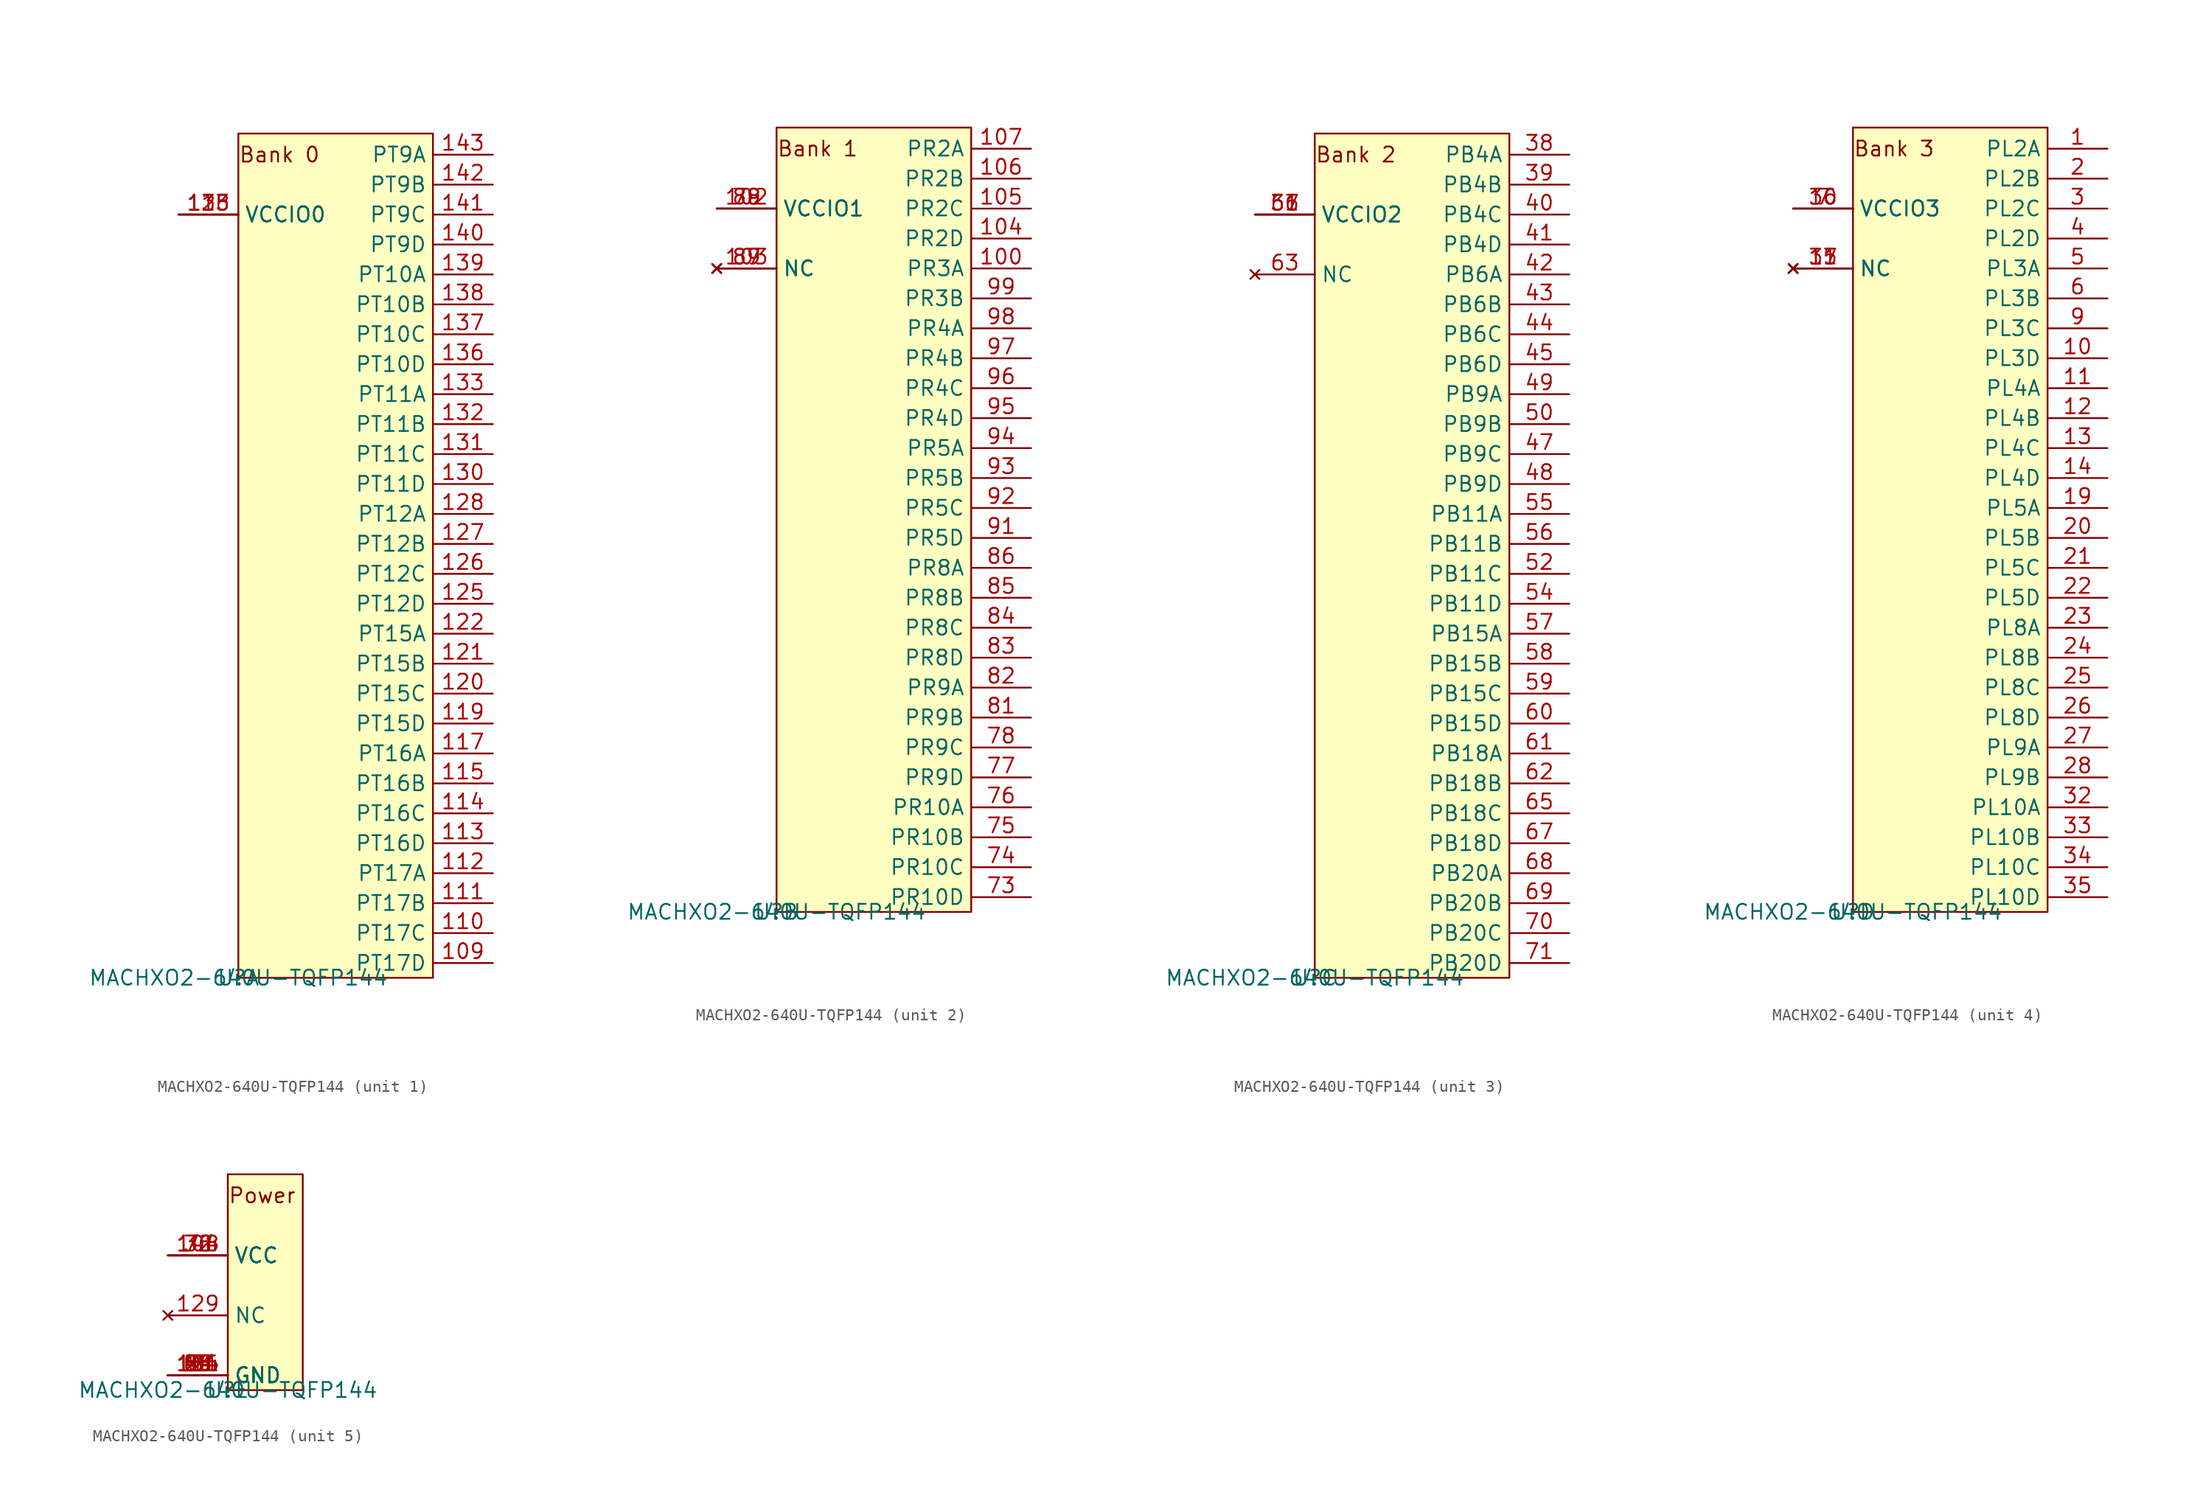
<source format=kicad_sym>
(kicad_symbol_lib
  (version 20211014)
  (generator kicad_symbol_editor)
  (symbol "MACHXO2-640U-TQFP144"
    (property "Reference" "U"
      (at 0 0 0)
      (effects (font (size 1.27 1.27))))
    (property "Value" "MACHXO2-640U-TQFP144"
      (at 0 0 0)
      (effects (font (size 1.27 1.27))))
    (property "ki_locked" ""
      (at 0 0 0)
      (effects (font (size 1.27 1.27))))
    (symbol "MACHXO2-640U-TQFP144_1_0"
      (pin power_in line (at -5.08 64.754 0) (length 5.08) (name "VCCIO0" (effects (font (size 1.27 1.27)))) (number "118" (effects (font (size 1.27 1.27)))))
      (pin power_in line (at -5.08 64.754 0) (length 5.08) (name "VCCIO0" (effects (font (size 1.27 1.27)))) (number "123" (effects (font (size 1.27 1.27)))))
      (pin power_in line (at -5.08 64.754 0) (length 5.08) (name "VCCIO0" (effects (font (size 1.27 1.27)))) (number "135" (effects (font (size 1.27 1.27)))))
      (pin bidirectional line (at 21.59 69.834 180) (length 5.08) (name "PT9A" (effects (font (size 1.27 1.27)))) (number "143" (effects (font (size 1.27 1.27)))))
      (pin bidirectional line (at 21.59 67.294 180) (length 5.08) (name "PT9B" (effects (font (size 1.27 1.27)))) (number "142" (effects (font (size 1.27 1.27)))))
      (pin bidirectional line (at 21.59 64.754 180) (length 5.08) (name "PT9C" (effects (font (size 1.27 1.27)))) (number "141" (effects (font (size 1.27 1.27)))))
      (pin bidirectional line (at 21.59 62.214 180) (length 5.08) (name "PT9D" (effects (font (size 1.27 1.27)))) (number "140" (effects (font (size 1.27 1.27)))))
      (pin bidirectional line (at 21.59 59.674 180) (length 5.08) (name "PT10A" (effects (font (size 1.27 1.27)))) (number "139" (effects (font (size 1.27 1.27)))))
      (pin bidirectional line (at 21.59 57.134 180) (length 5.08) (name "PT10B" (effects (font (size 1.27 1.27)))) (number "138" (effects (font (size 1.27 1.27)))))
      (pin bidirectional line (at 21.59 54.594 180) (length 5.08) (name "PT10C" (effects (font (size 1.27 1.27)))) (number "137" (effects (font (size 1.27 1.27)))))
      (pin bidirectional line (at 21.59 52.054 180) (length 5.08) (name "PT10D" (effects (font (size 1.27 1.27)))) (number "136" (effects (font (size 1.27 1.27)))))
      (pin bidirectional line (at 21.59 49.514 180) (length 5.08) (name "PT11A" (effects (font (size 1.27 1.27)))) (number "133" (effects (font (size 1.27 1.27)))))
      (pin bidirectional line (at 21.59 46.974 180) (length 5.08) (name "PT11B" (effects (font (size 1.27 1.27)))) (number "132" (effects (font (size 1.27 1.27)))))
      (pin bidirectional line (at 21.59 44.434 180) (length 5.08) (name "PT11C" (effects (font (size 1.27 1.27)))) (number "131" (effects (font (size 1.27 1.27)))))
      (pin bidirectional line (at 21.59 41.894 180) (length 5.08) (name "PT11D" (effects (font (size 1.27 1.27)))) (number "130" (effects (font (size 1.27 1.27)))))
      (pin bidirectional line (at 21.59 39.354 180) (length 5.08) (name "PT12A" (effects (font (size 1.27 1.27)))) (number "128" (effects (font (size 1.27 1.27)))))
      (pin bidirectional line (at 21.59 36.814 180) (length 5.08) (name "PT12B" (effects (font (size 1.27 1.27)))) (number "127" (effects (font (size 1.27 1.27)))))
      (pin bidirectional line (at 21.59 34.274 180) (length 5.08) (name "PT12C" (effects (font (size 1.27 1.27)))) (number "126" (effects (font (size 1.27 1.27)))))
      (pin bidirectional line (at 21.59 31.734 180) (length 5.08) (name "PT12D" (effects (font (size 1.27 1.27)))) (number "125" (effects (font (size 1.27 1.27)))))
      (pin bidirectional line (at 21.59 29.194 180) (length 5.08) (name "PT15A" (effects (font (size 1.27 1.27)))) (number "122" (effects (font (size 1.27 1.27)))))
      (pin bidirectional line (at 21.59 26.654 180) (length 5.08) (name "PT15B" (effects (font (size 1.27 1.27)))) (number "121" (effects (font (size 1.27 1.27)))))
      (pin bidirectional line (at 21.59 24.114 180) (length 5.08) (name "PT15C" (effects (font (size 1.27 1.27)))) (number "120" (effects (font (size 1.27 1.27)))))
      (pin bidirectional line (at 21.59 21.574 180) (length 5.08) (name "PT15D" (effects (font (size 1.27 1.27)))) (number "119" (effects (font (size 1.27 1.27)))))
      (pin bidirectional line (at 21.59 19.034 180) (length 5.08) (name "PT16A" (effects (font (size 1.27 1.27)))) (number "117" (effects (font (size 1.27 1.27)))))
      (pin bidirectional line (at 21.59 16.494 180) (length 5.08) (name "PT16B" (effects (font (size 1.27 1.27)))) (number "115" (effects (font (size 1.27 1.27)))))
      (pin bidirectional line (at 21.59 13.954 180) (length 5.08) (name "PT16C" (effects (font (size 1.27 1.27)))) (number "114" (effects (font (size 1.27 1.27)))))
      (pin bidirectional line (at 21.59 11.414 180) (length 5.08) (name "PT16D" (effects (font (size 1.27 1.27)))) (number "113" (effects (font (size 1.27 1.27)))))
      (pin bidirectional line (at 21.59 8.874 180) (length 5.08) (name "PT17A" (effects (font (size 1.27 1.27)))) (number "112" (effects (font (size 1.27 1.27)))))
      (pin bidirectional line (at 21.59 6.334 180) (length 5.08) (name "PT17B" (effects (font (size 1.27 1.27)))) (number "111" (effects (font (size 1.27 1.27)))))
      (pin bidirectional line (at 21.59 3.794 180) (length 5.08) (name "PT17C" (effects (font (size 1.27 1.27)))) (number "110" (effects (font (size 1.27 1.27)))))
      (pin bidirectional line (at 21.59 1.254 180) (length 5.08) (name "PT17D" (effects (font (size 1.27 1.27)))) (number "109" (effects (font (size 1.27 1.27))))))
    (symbol "MACHXO2-640U-TQFP144_1_1"
      (rectangle (start 0 0) (end 16.51 71.628) (stroke (width 0) (type default) (color 0 0 0 0)) (fill (type background)))
      (text "Bank 0" (at 0 69.834 0) (effects (font (size 1.27 1.27)) (justify left))))
    (symbol "MACHXO2-640U-TQFP144_2_0"
      (pin power_in line (at -5.08 59.674 0) (length 5.08) (name "VCCIO1" (effects (font (size 1.27 1.27)))) (number "79" (effects (font (size 1.27 1.27)))))
      (pin power_in line (at -5.08 59.674 0) (length 5.08) (name "VCCIO1" (effects (font (size 1.27 1.27)))) (number "88" (effects (font (size 1.27 1.27)))))
      (pin power_in line (at -5.08 59.674 0) (length 5.08) (name "VCCIO1" (effects (font (size 1.27 1.27)))) (number "102" (effects (font (size 1.27 1.27)))))
      (pin no_connect line (at -5.08 54.594 0) (length 5.08) (name "NC" (effects (font (size 1.27 1.27)))) (number "87" (effects (font (size 1.27 1.27)))))
      (pin no_connect line (at -5.08 54.594 0) (length 5.08) (name "NC" (effects (font (size 1.27 1.27)))) (number "89" (effects (font (size 1.27 1.27)))))
      (pin no_connect line (at -5.08 54.594 0) (length 5.08) (name "NC" (effects (font (size 1.27 1.27)))) (number "103" (effects (font (size 1.27 1.27)))))
      (pin bidirectional line (at 21.59 64.754 180) (length 5.08) (name "PR2A" (effects (font (size 1.27 1.27)))) (number "107" (effects (font (size 1.27 1.27)))))
      (pin bidirectional line (at 21.59 62.214 180) (length 5.08) (name "PR2B" (effects (font (size 1.27 1.27)))) (number "106" (effects (font (size 1.27 1.27)))))
      (pin bidirectional line (at 21.59 59.674 180) (length 5.08) (name "PR2C" (effects (font (size 1.27 1.27)))) (number "105" (effects (font (size 1.27 1.27)))))
      (pin bidirectional line (at 21.59 57.134 180) (length 5.08) (name "PR2D" (effects (font (size 1.27 1.27)))) (number "104" (effects (font (size 1.27 1.27)))))
      (pin bidirectional line (at 21.59 54.594 180) (length 5.08) (name "PR3A" (effects (font (size 1.27 1.27)))) (number "100" (effects (font (size 1.27 1.27)))))
      (pin bidirectional line (at 21.59 52.054 180) (length 5.08) (name "PR3B" (effects (font (size 1.27 1.27)))) (number "99" (effects (font (size 1.27 1.27)))))
      (pin bidirectional line (at 21.59 49.514 180) (length 5.08) (name "PR4A" (effects (font (size 1.27 1.27)))) (number "98" (effects (font (size 1.27 1.27)))))
      (pin bidirectional line (at 21.59 46.974 180) (length 5.08) (name "PR4B" (effects (font (size 1.27 1.27)))) (number "97" (effects (font (size 1.27 1.27)))))
      (pin bidirectional line (at 21.59 44.434 180) (length 5.08) (name "PR4C" (effects (font (size 1.27 1.27)))) (number "96" (effects (font (size 1.27 1.27)))))
      (pin bidirectional line (at 21.59 41.894 180) (length 5.08) (name "PR4D" (effects (font (size 1.27 1.27)))) (number "95" (effects (font (size 1.27 1.27)))))
      (pin bidirectional line (at 21.59 39.354 180) (length 5.08) (name "PR5A" (effects (font (size 1.27 1.27)))) (number "94" (effects (font (size 1.27 1.27)))))
      (pin bidirectional line (at 21.59 36.814 180) (length 5.08) (name "PR5B" (effects (font (size 1.27 1.27)))) (number "93" (effects (font (size 1.27 1.27)))))
      (pin bidirectional line (at 21.59 34.274 180) (length 5.08) (name "PR5C" (effects (font (size 1.27 1.27)))) (number "92" (effects (font (size 1.27 1.27)))))
      (pin bidirectional line (at 21.59 31.734 180) (length 5.08) (name "PR5D" (effects (font (size 1.27 1.27)))) (number "91" (effects (font (size 1.27 1.27)))))
      (pin bidirectional line (at 21.59 29.194 180) (length 5.08) (name "PR8A" (effects (font (size 1.27 1.27)))) (number "86" (effects (font (size 1.27 1.27)))))
      (pin bidirectional line (at 21.59 26.654 180) (length 5.08) (name "PR8B" (effects (font (size 1.27 1.27)))) (number "85" (effects (font (size 1.27 1.27)))))
      (pin bidirectional line (at 21.59 24.114 180) (length 5.08) (name "PR8C" (effects (font (size 1.27 1.27)))) (number "84" (effects (font (size 1.27 1.27)))))
      (pin bidirectional line (at 21.59 21.574 180) (length 5.08) (name "PR8D" (effects (font (size 1.27 1.27)))) (number "83" (effects (font (size 1.27 1.27)))))
      (pin bidirectional line (at 21.59 19.034 180) (length 5.08) (name "PR9A" (effects (font (size 1.27 1.27)))) (number "82" (effects (font (size 1.27 1.27)))))
      (pin bidirectional line (at 21.59 16.494 180) (length 5.08) (name "PR9B" (effects (font (size 1.27 1.27)))) (number "81" (effects (font (size 1.27 1.27)))))
      (pin bidirectional line (at 21.59 13.954 180) (length 5.08) (name "PR9C" (effects (font (size 1.27 1.27)))) (number "78" (effects (font (size 1.27 1.27)))))
      (pin bidirectional line (at 21.59 11.414 180) (length 5.08) (name "PR9D" (effects (font (size 1.27 1.27)))) (number "77" (effects (font (size 1.27 1.27)))))
      (pin bidirectional line (at 21.59 8.874 180) (length 5.08) (name "PR10A" (effects (font (size 1.27 1.27)))) (number "76" (effects (font (size 1.27 1.27)))))
      (pin bidirectional line (at 21.59 6.334 180) (length 5.08) (name "PR10B" (effects (font (size 1.27 1.27)))) (number "75" (effects (font (size 1.27 1.27)))))
      (pin bidirectional line (at 21.59 3.794 180) (length 5.08) (name "PR10C" (effects (font (size 1.27 1.27)))) (number "74" (effects (font (size 1.27 1.27)))))
      (pin bidirectional line (at 21.59 1.254 180) (length 5.08) (name "PR10D" (effects (font (size 1.27 1.27)))) (number "73" (effects (font (size 1.27 1.27))))))
    (symbol "MACHXO2-640U-TQFP144_2_1"
      (rectangle (start 0 0) (end 16.51 66.548) (stroke (width 0) (type default) (color 0 0 0 0)) (fill (type background)))
      (text "Bank 1" (at 0 64.754 0) (effects (font (size 1.27 1.27)) (justify left))))
    (symbol "MACHXO2-640U-TQFP144_3_0"
      (pin power_in line (at -5.08 64.754 0) (length 5.08) (name "VCCIO2" (effects (font (size 1.27 1.27)))) (number "37" (effects (font (size 1.27 1.27)))))
      (pin power_in line (at -5.08 64.754 0) (length 5.08) (name "VCCIO2" (effects (font (size 1.27 1.27)))) (number "51" (effects (font (size 1.27 1.27)))))
      (pin power_in line (at -5.08 64.754 0) (length 5.08) (name "VCCIO2" (effects (font (size 1.27 1.27)))) (number "66" (effects (font (size 1.27 1.27)))))
      (pin no_connect line (at -5.08 59.674 0) (length 5.08) (name "NC" (effects (font (size 1.27 1.27)))) (number "63" (effects (font (size 1.27 1.27)))))
      (pin bidirectional line (at 21.59 69.834 180) (length 5.08) (name "PB4A" (effects (font (size 1.27 1.27)))) (number "38" (effects (font (size 1.27 1.27)))))
      (pin bidirectional line (at 21.59 67.294 180) (length 5.08) (name "PB4B" (effects (font (size 1.27 1.27)))) (number "39" (effects (font (size 1.27 1.27)))))
      (pin bidirectional line (at 21.59 64.754 180) (length 5.08) (name "PB4C" (effects (font (size 1.27 1.27)))) (number "40" (effects (font (size 1.27 1.27)))))
      (pin bidirectional line (at 21.59 62.214 180) (length 5.08) (name "PB4D" (effects (font (size 1.27 1.27)))) (number "41" (effects (font (size 1.27 1.27)))))
      (pin bidirectional line (at 21.59 59.674 180) (length 5.08) (name "PB6A" (effects (font (size 1.27 1.27)))) (number "42" (effects (font (size 1.27 1.27)))))
      (pin bidirectional line (at 21.59 57.134 180) (length 5.08) (name "PB6B" (effects (font (size 1.27 1.27)))) (number "43" (effects (font (size 1.27 1.27)))))
      (pin bidirectional line (at 21.59 54.594 180) (length 5.08) (name "PB6C" (effects (font (size 1.27 1.27)))) (number "44" (effects (font (size 1.27 1.27)))))
      (pin bidirectional line (at 21.59 52.054 180) (length 5.08) (name "PB6D" (effects (font (size 1.27 1.27)))) (number "45" (effects (font (size 1.27 1.27)))))
      (pin bidirectional line (at 21.59 49.514 180) (length 5.08) (name "PB9A" (effects (font (size 1.27 1.27)))) (number "49" (effects (font (size 1.27 1.27)))))
      (pin bidirectional line (at 21.59 46.974 180) (length 5.08) (name "PB9B" (effects (font (size 1.27 1.27)))) (number "50" (effects (font (size 1.27 1.27)))))
      (pin bidirectional line (at 21.59 44.434 180) (length 5.08) (name "PB9C" (effects (font (size 1.27 1.27)))) (number "47" (effects (font (size 1.27 1.27)))))
      (pin bidirectional line (at 21.59 41.894 180) (length 5.08) (name "PB9D" (effects (font (size 1.27 1.27)))) (number "48" (effects (font (size 1.27 1.27)))))
      (pin bidirectional line (at 21.59 39.354 180) (length 5.08) (name "PB11A" (effects (font (size 1.27 1.27)))) (number "55" (effects (font (size 1.27 1.27)))))
      (pin bidirectional line (at 21.59 36.814 180) (length 5.08) (name "PB11B" (effects (font (size 1.27 1.27)))) (number "56" (effects (font (size 1.27 1.27)))))
      (pin bidirectional line (at 21.59 34.274 180) (length 5.08) (name "PB11C" (effects (font (size 1.27 1.27)))) (number "52" (effects (font (size 1.27 1.27)))))
      (pin bidirectional line (at 21.59 31.734 180) (length 5.08) (name "PB11D" (effects (font (size 1.27 1.27)))) (number "54" (effects (font (size 1.27 1.27)))))
      (pin bidirectional line (at 21.59 29.194 180) (length 5.08) (name "PB15A" (effects (font (size 1.27 1.27)))) (number "57" (effects (font (size 1.27 1.27)))))
      (pin bidirectional line (at 21.59 26.654 180) (length 5.08) (name "PB15B" (effects (font (size 1.27 1.27)))) (number "58" (effects (font (size 1.27 1.27)))))
      (pin bidirectional line (at 21.59 24.114 180) (length 5.08) (name "PB15C" (effects (font (size 1.27 1.27)))) (number "59" (effects (font (size 1.27 1.27)))))
      (pin bidirectional line (at 21.59 21.574 180) (length 5.08) (name "PB15D" (effects (font (size 1.27 1.27)))) (number "60" (effects (font (size 1.27 1.27)))))
      (pin bidirectional line (at 21.59 19.034 180) (length 5.08) (name "PB18A" (effects (font (size 1.27 1.27)))) (number "61" (effects (font (size 1.27 1.27)))))
      (pin bidirectional line (at 21.59 16.494 180) (length 5.08) (name "PB18B" (effects (font (size 1.27 1.27)))) (number "62" (effects (font (size 1.27 1.27)))))
      (pin bidirectional line (at 21.59 13.954 180) (length 5.08) (name "PB18C" (effects (font (size 1.27 1.27)))) (number "65" (effects (font (size 1.27 1.27)))))
      (pin bidirectional line (at 21.59 11.414 180) (length 5.08) (name "PB18D" (effects (font (size 1.27 1.27)))) (number "67" (effects (font (size 1.27 1.27)))))
      (pin bidirectional line (at 21.59 8.874 180) (length 5.08) (name "PB20A" (effects (font (size 1.27 1.27)))) (number "68" (effects (font (size 1.27 1.27)))))
      (pin bidirectional line (at 21.59 6.334 180) (length 5.08) (name "PB20B" (effects (font (size 1.27 1.27)))) (number "69" (effects (font (size 1.27 1.27)))))
      (pin bidirectional line (at 21.59 3.794 180) (length 5.08) (name "PB20C" (effects (font (size 1.27 1.27)))) (number "70" (effects (font (size 1.27 1.27)))))
      (pin bidirectional line (at 21.59 1.254 180) (length 5.08) (name "PB20D" (effects (font (size 1.27 1.27)))) (number "71" (effects (font (size 1.27 1.27))))))
    (symbol "MACHXO2-640U-TQFP144_3_1"
      (rectangle (start 0 0) (end 16.51 71.628) (stroke (width 0) (type default) (color 0 0 0 0)) (fill (type background)))
      (text "Bank 2" (at 0 69.834 0) (effects (font (size 1.27 1.27)) (justify left))))
    (symbol "MACHXO2-640U-TQFP144_4_0"
      (pin power_in line (at -5.08 59.674 0) (length 5.08) (name "VCCIO3" (effects (font (size 1.27 1.27)))) (number "7" (effects (font (size 1.27 1.27)))))
      (pin power_in line (at -5.08 59.674 0) (length 5.08) (name "VCCIO3" (effects (font (size 1.27 1.27)))) (number "16" (effects (font (size 1.27 1.27)))))
      (pin power_in line (at -5.08 59.674 0) (length 5.08) (name "VCCIO3" (effects (font (size 1.27 1.27)))) (number "30" (effects (font (size 1.27 1.27)))))
      (pin no_connect line (at -5.08 54.594 0) (length 5.08) (name "NC" (effects (font (size 1.27 1.27)))) (number "15" (effects (font (size 1.27 1.27)))))
      (pin no_connect line (at -5.08 54.594 0) (length 5.08) (name "NC" (effects (font (size 1.27 1.27)))) (number "17" (effects (font (size 1.27 1.27)))))
      (pin no_connect line (at -5.08 54.594 0) (length 5.08) (name "NC" (effects (font (size 1.27 1.27)))) (number "31" (effects (font (size 1.27 1.27)))))
      (pin bidirectional line (at 21.59 64.754 180) (length 5.08) (name "PL2A" (effects (font (size 1.27 1.27)))) (number "1" (effects (font (size 1.27 1.27)))))
      (pin bidirectional line (at 21.59 62.214 180) (length 5.08) (name "PL2B" (effects (font (size 1.27 1.27)))) (number "2" (effects (font (size 1.27 1.27)))))
      (pin bidirectional line (at 21.59 59.674 180) (length 5.08) (name "PL2C" (effects (font (size 1.27 1.27)))) (number "3" (effects (font (size 1.27 1.27)))))
      (pin bidirectional line (at 21.59 57.134 180) (length 5.08) (name "PL2D" (effects (font (size 1.27 1.27)))) (number "4" (effects (font (size 1.27 1.27)))))
      (pin bidirectional line (at 21.59 54.594 180) (length 5.08) (name "PL3A" (effects (font (size 1.27 1.27)))) (number "5" (effects (font (size 1.27 1.27)))))
      (pin bidirectional line (at 21.59 52.054 180) (length 5.08) (name "PL3B" (effects (font (size 1.27 1.27)))) (number "6" (effects (font (size 1.27 1.27)))))
      (pin bidirectional line (at 21.59 49.514 180) (length 5.08) (name "PL3C" (effects (font (size 1.27 1.27)))) (number "9" (effects (font (size 1.27 1.27)))))
      (pin bidirectional line (at 21.59 46.974 180) (length 5.08) (name "PL3D" (effects (font (size 1.27 1.27)))) (number "10" (effects (font (size 1.27 1.27)))))
      (pin bidirectional line (at 21.59 44.434 180) (length 5.08) (name "PL4A" (effects (font (size 1.27 1.27)))) (number "11" (effects (font (size 1.27 1.27)))))
      (pin bidirectional line (at 21.59 41.894 180) (length 5.08) (name "PL4B" (effects (font (size 1.27 1.27)))) (number "12" (effects (font (size 1.27 1.27)))))
      (pin bidirectional line (at 21.59 39.354 180) (length 5.08) (name "PL4C" (effects (font (size 1.27 1.27)))) (number "13" (effects (font (size 1.27 1.27)))))
      (pin bidirectional line (at 21.59 36.814 180) (length 5.08) (name "PL4D" (effects (font (size 1.27 1.27)))) (number "14" (effects (font (size 1.27 1.27)))))
      (pin bidirectional line (at 21.59 34.274 180) (length 5.08) (name "PL5A" (effects (font (size 1.27 1.27)))) (number "19" (effects (font (size 1.27 1.27)))))
      (pin bidirectional line (at 21.59 31.734 180) (length 5.08) (name "PL5B" (effects (font (size 1.27 1.27)))) (number "20" (effects (font (size 1.27 1.27)))))
      (pin bidirectional line (at 21.59 29.194 180) (length 5.08) (name "PL5C" (effects (font (size 1.27 1.27)))) (number "21" (effects (font (size 1.27 1.27)))))
      (pin bidirectional line (at 21.59 26.654 180) (length 5.08) (name "PL5D" (effects (font (size 1.27 1.27)))) (number "22" (effects (font (size 1.27 1.27)))))
      (pin bidirectional line (at 21.59 24.114 180) (length 5.08) (name "PL8A" (effects (font (size 1.27 1.27)))) (number "23" (effects (font (size 1.27 1.27)))))
      (pin bidirectional line (at 21.59 21.574 180) (length 5.08) (name "PL8B" (effects (font (size 1.27 1.27)))) (number "24" (effects (font (size 1.27 1.27)))))
      (pin bidirectional line (at 21.59 19.034 180) (length 5.08) (name "PL8C" (effects (font (size 1.27 1.27)))) (number "25" (effects (font (size 1.27 1.27)))))
      (pin bidirectional line (at 21.59 16.494 180) (length 5.08) (name "PL8D" (effects (font (size 1.27 1.27)))) (number "26" (effects (font (size 1.27 1.27)))))
      (pin bidirectional line (at 21.59 13.954 180) (length 5.08) (name "PL9A" (effects (font (size 1.27 1.27)))) (number "27" (effects (font (size 1.27 1.27)))))
      (pin bidirectional line (at 21.59 11.414 180) (length 5.08) (name "PL9B" (effects (font (size 1.27 1.27)))) (number "28" (effects (font (size 1.27 1.27)))))
      (pin bidirectional line (at 21.59 8.874 180) (length 5.08) (name "PL10A" (effects (font (size 1.27 1.27)))) (number "32" (effects (font (size 1.27 1.27)))))
      (pin bidirectional line (at 21.59 6.334 180) (length 5.08) (name "PL10B" (effects (font (size 1.27 1.27)))) (number "33" (effects (font (size 1.27 1.27)))))
      (pin bidirectional line (at 21.59 3.794 180) (length 5.08) (name "PL10C" (effects (font (size 1.27 1.27)))) (number "34" (effects (font (size 1.27 1.27)))))
      (pin bidirectional line (at 21.59 1.254 180) (length 5.08) (name "PL10D" (effects (font (size 1.27 1.27)))) (number "35" (effects (font (size 1.27 1.27))))))
    (symbol "MACHXO2-640U-TQFP144_4_1"
      (rectangle (start 0 0) (end 16.51 66.548) (stroke (width 0) (type default) (color 0 0 0 0)) (fill (type background)))
      (text "Bank 3" (at 0 64.754 0) (effects (font (size 1.27 1.27)) (justify left))))
    (symbol "MACHXO2-640U-TQFP144_5_0"
      (pin power_in line (at -5.08 11.414 0) (length 5.08) (name "VCC" (effects (font (size 1.27 1.27)))) (number "36" (effects (font (size 1.27 1.27)))))
      (pin power_in line (at -5.08 11.414 0) (length 5.08) (name "VCC" (effects (font (size 1.27 1.27)))) (number "72" (effects (font (size 1.27 1.27)))))
      (pin power_in line (at -5.08 11.414 0) (length 5.08) (name "VCC" (effects (font (size 1.27 1.27)))) (number "108" (effects (font (size 1.27 1.27)))))
      (pin power_in line (at -5.08 11.414 0) (length 5.08) (name "VCC" (effects (font (size 1.27 1.27)))) (number "144" (effects (font (size 1.27 1.27)))))
      (pin no_connect line (at -5.08 6.334 0) (length 5.08) (name "NC" (effects (font (size 1.27 1.27)))) (number "129" (effects (font (size 1.27 1.27)))))
      (pin power_in line (at -5.08 1.254 0) (length 5.08) (name "GND" (effects (font (size 1.27 1.27)))) (number "8" (effects (font (size 1.27 1.27)))))
      (pin power_in line (at -5.08 1.254 0) (length 5.08) (name "GND" (effects (font (size 1.27 1.27)))) (number "18" (effects (font (size 1.27 1.27)))))
      (pin power_in line (at -5.08 1.254 0) (length 5.08) (name "GND" (effects (font (size 1.27 1.27)))) (number "29" (effects (font (size 1.27 1.27)))))
      (pin power_in line (at -5.08 1.254 0) (length 5.08) (name "GND" (effects (font (size 1.27 1.27)))) (number "46" (effects (font (size 1.27 1.27)))))
      (pin power_in line (at -5.08 1.254 0) (length 5.08) (name "GND" (effects (font (size 1.27 1.27)))) (number "53" (effects (font (size 1.27 1.27)))))
      (pin power_in line (at -5.08 1.254 0) (length 5.08) (name "GND" (effects (font (size 1.27 1.27)))) (number "64" (effects (font (size 1.27 1.27)))))
      (pin power_in line (at -5.08 1.254 0) (length 5.08) (name "GND" (effects (font (size 1.27 1.27)))) (number "80" (effects (font (size 1.27 1.27)))))
      (pin power_in line (at -5.08 1.254 0) (length 5.08) (name "GND" (effects (font (size 1.27 1.27)))) (number "90" (effects (font (size 1.27 1.27)))))
      (pin power_in line (at -5.08 1.254 0) (length 5.08) (name "GND" (effects (font (size 1.27 1.27)))) (number "101" (effects (font (size 1.27 1.27)))))
      (pin power_in line (at -5.08 1.254 0) (length 5.08) (name "GND" (effects (font (size 1.27 1.27)))) (number "116" (effects (font (size 1.27 1.27)))))
      (pin power_in line (at -5.08 1.254 0) (length 5.08) (name "GND" (effects (font (size 1.27 1.27)))) (number "124" (effects (font (size 1.27 1.27)))))
      (pin power_in line (at -5.08 1.254 0) (length 5.08) (name "GND" (effects (font (size 1.27 1.27)))) (number "134" (effects (font (size 1.27 1.27))))))
    (symbol "MACHXO2-640U-TQFP144_5_1"
      (rectangle (start 0 0) (end 6.35 18.288) (stroke (width 0) (type default) (color 0 0 0 0)) (fill (type background)))
      (text "Power" (at 0 16.494 0) (effects (font (size 1.27 1.27)) (justify left))))))
</source>
